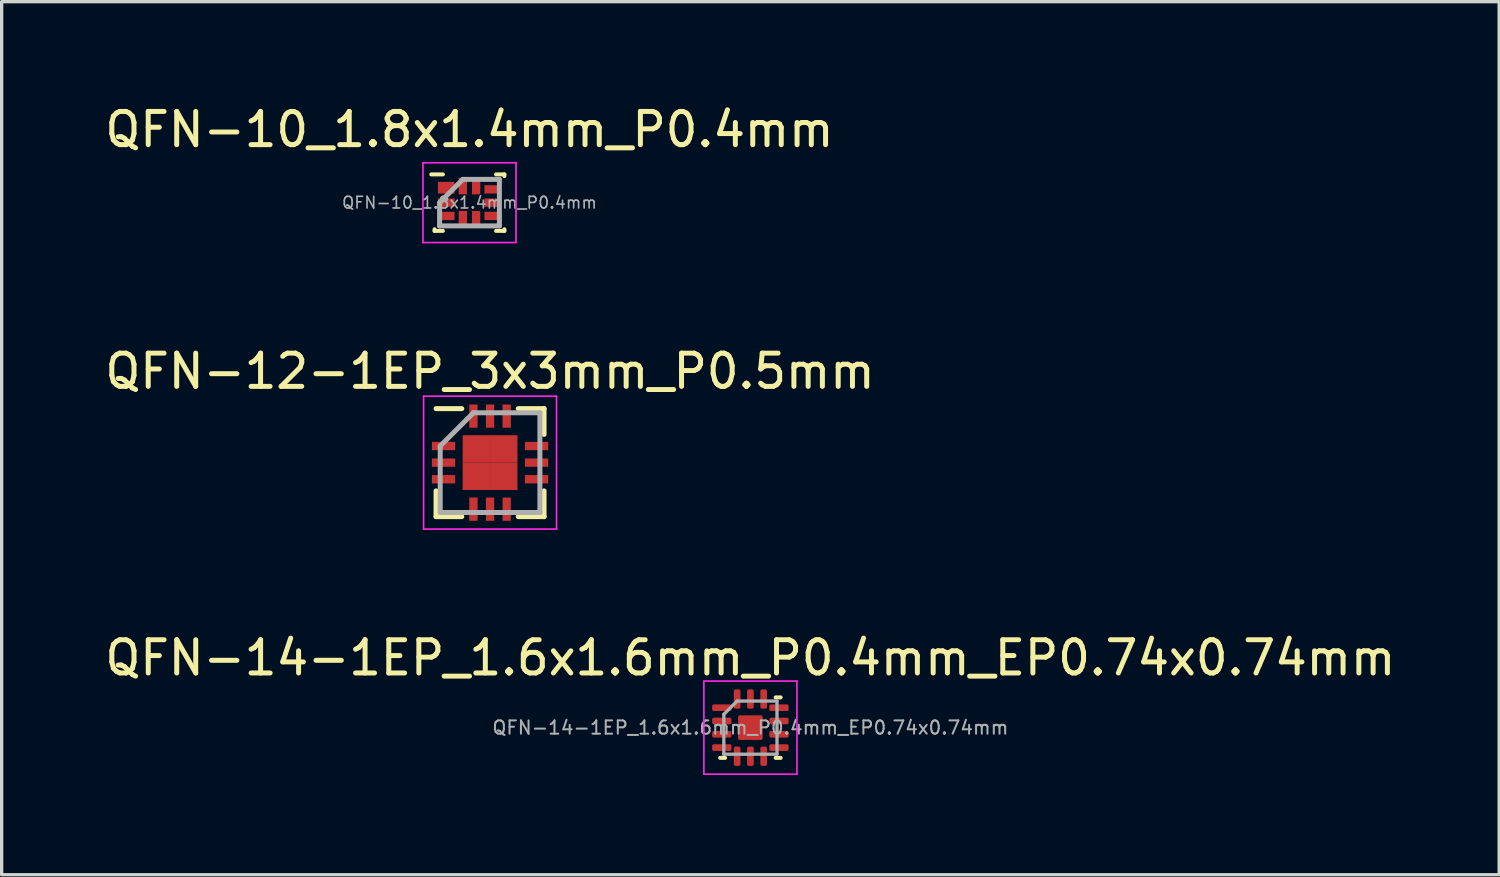
<source format=kicad_pcb>
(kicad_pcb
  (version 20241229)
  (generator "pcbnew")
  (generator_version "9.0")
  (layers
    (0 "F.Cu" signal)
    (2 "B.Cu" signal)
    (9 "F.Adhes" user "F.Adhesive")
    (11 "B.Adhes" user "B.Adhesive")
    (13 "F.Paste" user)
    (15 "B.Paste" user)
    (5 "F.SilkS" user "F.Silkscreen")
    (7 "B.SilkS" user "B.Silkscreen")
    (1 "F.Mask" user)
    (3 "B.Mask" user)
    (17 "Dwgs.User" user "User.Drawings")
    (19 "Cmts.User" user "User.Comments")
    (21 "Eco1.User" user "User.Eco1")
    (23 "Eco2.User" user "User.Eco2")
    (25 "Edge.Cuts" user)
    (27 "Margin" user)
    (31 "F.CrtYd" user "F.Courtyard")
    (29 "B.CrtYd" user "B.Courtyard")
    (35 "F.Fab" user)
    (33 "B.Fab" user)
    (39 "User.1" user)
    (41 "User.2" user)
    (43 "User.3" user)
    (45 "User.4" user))
  (footprint "QFN-10_1.8x1.4mm_P0.4mm"
    (layer "F.Cu")
    (at 11.077 3.048)
    (property "Reference" "QFN-10_1.8x1.4mm_P0.4mm" (at 0 -2.2 0) (layer "F.SilkS") (effects (font (size 1 1) (thickness 0.15))))
    (attr smd)
    (fp_line (start -1.05 0.85) (end -1.05 0.8) (stroke (width 0.12) (type solid)) (layer "F.SilkS"))
    (fp_line (start -0.8 -0.85) (end -1.15 -0.85) (stroke (width 0.12) (type solid)) (layer "F.SilkS"))
    (fp_line (start -0.8 0.85) (end -1.05 0.85) (stroke (width 0.12) (type solid)) (layer "F.SilkS"))
    (fp_line (start 0.8 -0.85) (end 1.05 -0.85) (stroke (width 0.12) (type solid)) (layer "F.SilkS"))
    (fp_line (start 0.8 0.85) (end 1.05 0.85) (stroke (width 0.12) (type solid)) (layer "F.SilkS"))
    (fp_line (start 1.05 -0.85) (end 1.05 -0.8) (stroke (width 0.12) (type solid)) (layer "F.SilkS"))
    (fp_line (start 1.05 0.85) (end 1.05 0.8) (stroke (width 0.12) (type solid)) (layer "F.SilkS"))
    (fp_line (start -1.4 -1.2) (end 1.4 -1.2) (stroke (width 0.05) (type solid)) (layer "F.CrtYd"))
    (fp_line (start -1.4 1.2) (end -1.4 -1.2) (stroke (width 0.05) (type solid)) (layer "F.CrtYd"))
    (fp_line (start 1.4 -1.2) (end 1.4 1.2) (stroke (width 0.05) (type solid)) (layer "F.CrtYd"))
    (fp_line (start 1.4 1.2) (end -1.4 1.2) (stroke (width 0.05) (type solid)) (layer "F.CrtYd"))
    (fp_line (start -0.9 0) (end -0.9 0.7) (stroke (width 0.15) (type solid)) (layer "F.Fab"))
    (fp_line (start -0.9 0.7) (end 0.9 0.7) (stroke (width 0.15) (type solid)) (layer "F.Fab"))
    (fp_line (start -0.2 -0.7) (end -0.9 0) (stroke (width 0.15) (type solid)) (layer "F.Fab"))
    (fp_line (start 0.9 -0.7) (end -0.2 -0.7) (stroke (width 0.15) (type solid)) (layer "F.Fab"))
    (fp_line (start 0.9 0.7) (end 0.9 -0.7) (stroke (width 0.15) (type solid)) (layer "F.Fab"))
    (fp_text user "${REFERENCE}" (at 0 0 0) (layer "F.Fab") (effects (font (size 0.35 0.35) (thickness 0.05))))
    (pad "1" smd rect (at -0.7 -0.45 90) (size 0.35 0.5) (layers "F.Cu" "F.Mask" "F.Paste"))
    (pad "2" smd rect (at -0.7 0 90) (size 0.25 0.5) (layers "F.Cu" "F.Mask" "F.Paste"))
    (pad "3" smd rect (at -0.7 0.4 90) (size 0.25 0.5) (layers "F.Cu" "F.Mask" "F.Paste"))
    (pad "4" smd rect (at -0.2 0.5) (size 0.25 0.5) (layers "F.Cu" "F.Mask" "F.Paste"))
    (pad "5" smd rect (at 0.2 0.5) (size 0.25 0.5) (layers "F.Cu" "F.Mask" "F.Paste"))
    (pad "6" smd rect (at 0.7 0.4 90) (size 0.25 0.5) (layers "F.Cu" "F.Mask" "F.Paste"))
    (pad "7" smd rect (at 0.7 0 90) (size 0.25 0.5) (layers "F.Cu" "F.Mask" "F.Paste"))
    (pad "8" smd rect (at 0.7 -0.4 90) (size 0.25 0.5) (layers "F.Cu" "F.Mask" "F.Paste"))
    (pad "9" smd rect (at 0.2 -0.5) (size 0.25 0.5) (layers "F.Cu" "F.Mask" "F.Paste"))
    (pad "10" smd rect (at -0.2 -0.5) (size 0.25 0.5) (layers "F.Cu" "F.Mask" "F.Paste")))
  (footprint "QFN-14-1EP_1.6x1.6mm_P0.4mm_EP0.74x0.74mm"
    (layer "F.Cu")
    (at 19.53 18.845)
    (property "Reference" "QFN-14-1EP_1.6x1.6mm_P0.4mm_EP0.74x0.74mm" (at 0 -2.1 0) (layer "F.SilkS") (effects (font (size 1 1) (thickness 0.15))))
    (attr smd)
    (fp_line (start -0.76 0.91) (end -0.91 0.91) (stroke (width 0.12) (type solid)) (layer "F.SilkS"))
    (fp_line (start 0.76 -0.91) (end 0.91 -0.91) (stroke (width 0.12) (type solid)) (layer "F.SilkS"))
    (fp_line (start 0.76 0.91) (end 0.91 0.91) (stroke (width 0.12) (type solid)) (layer "F.SilkS"))
    (fp_line (start -1.4 -1.4) (end -1.4 1.4) (stroke (width 0.05) (type solid)) (layer "F.CrtYd"))
    (fp_line (start -1.4 1.4) (end 1.4 1.4) (stroke (width 0.05) (type solid)) (layer "F.CrtYd"))
    (fp_line (start 1.4 -1.4) (end -1.4 -1.4) (stroke (width 0.05) (type solid)) (layer "F.CrtYd"))
    (fp_line (start 1.4 1.4) (end 1.4 -1.4) (stroke (width 0.05) (type solid)) (layer "F.CrtYd"))
    (fp_line (start -0.8 -0.4) (end -0.4 -0.8) (stroke (width 0.1) (type solid)) (layer "F.Fab"))
    (fp_line (start -0.8 0.8) (end -0.8 -0.4) (stroke (width 0.1) (type solid)) (layer "F.Fab"))
    (fp_line (start -0.4 -0.8) (end 0.8 -0.8) (stroke (width 0.1) (type solid)) (layer "F.Fab"))
    (fp_line (start 0.8 -0.8) (end 0.8 0.8) (stroke (width 0.1) (type solid)) (layer "F.Fab"))
    (fp_line (start 0.8 0.8) (end -0.8 0.8) (stroke (width 0.1) (type solid)) (layer "F.Fab"))
    (fp_text user "${REFERENCE}" (at 0 0 0) (layer "F.Fab") (effects (font (size 0.4 0.4) (thickness 0.06))))
    (pad "" smd roundrect (at -0.185 -0.185) (size 0.3 0.3) (layers "F.Paste") (roundrect_rratio 0.25))
    (pad "" smd roundrect (at -0.185 0.185) (size 0.3 0.3) (layers "F.Paste") (roundrect_rratio 0.25))
    (pad "" smd roundrect (at 0.185 -0.185) (size 0.3 0.3) (layers "F.Paste") (roundrect_rratio 0.25))
    (pad "" smd roundrect (at 0.185 0.185) (size 0.3 0.3) (layers "F.Paste") (roundrect_rratio 0.25))
    (pad "1" smd roundrect (at -0.86 -0.6) (size 0.58 0.2) (layers "F.Cu" "F.Mask" "F.Paste") (roundrect_rratio 0.25))
    (pad "2" smd roundrect (at -0.86 -0.2) (size 0.58 0.2) (layers "F.Cu" "F.Mask" "F.Paste") (roundrect_rratio 0.25))
    (pad "3" smd roundrect (at -0.86 0.2) (size 0.58 0.2) (layers "F.Cu" "F.Mask" "F.Paste") (roundrect_rratio 0.25))
    (pad "4" smd roundrect (at -0.86 0.6) (size 0.58 0.2) (layers "F.Cu" "F.Mask" "F.Paste") (roundrect_rratio 0.25))
    (pad "5" smd roundrect (at -0.4 0.86) (size 0.2 0.58) (layers "F.Cu" "F.Mask" "F.Paste") (roundrect_rratio 0.25))
    (pad "6" smd roundrect (at 0 0.86) (size 0.2 0.58) (layers "F.Cu" "F.Mask" "F.Paste") (roundrect_rratio 0.25))
    (pad "7" smd roundrect (at 0.4 0.86) (size 0.2 0.58) (layers "F.Cu" "F.Mask" "F.Paste") (roundrect_rratio 0.25))
    (pad "8" smd roundrect (at 0.86 0.6) (size 0.58 0.2) (layers "F.Cu" "F.Mask" "F.Paste") (roundrect_rratio 0.25))
    (pad "9" smd roundrect (at 0.86 0.2) (size 0.58 0.2) (layers "F.Cu" "F.Mask" "F.Paste") (roundrect_rratio 0.25))
    (pad "10" smd roundrect (at 0.86 -0.2) (size 0.58 0.2) (layers "F.Cu" "F.Mask" "F.Paste") (roundrect_rratio 0.25))
    (pad "11" smd roundrect (at 0.86 -0.6) (size 0.58 0.2) (layers "F.Cu" "F.Mask" "F.Paste") (roundrect_rratio 0.25))
    (pad "12" smd roundrect (at 0.4 -0.86) (size 0.2 0.58) (layers "F.Cu" "F.Mask" "F.Paste") (roundrect_rratio 0.25))
    (pad "13" smd roundrect (at 0 -0.86) (size 0.2 0.58) (layers "F.Cu" "F.Mask" "F.Paste") (roundrect_rratio 0.25))
    (pad "14" smd roundrect (at -0.4 -0.86) (size 0.2 0.58) (layers "F.Cu" "F.Mask" "F.Paste") (roundrect_rratio 0.25))
    (pad "15" smd roundrect (at 0 0) (size 0.74 0.74) (layers "F.Cu" "F.Mask") (roundrect_rratio 0.068)))
  (footprint "QFN-12-1EP_3x3mm_P0.5mm"
    (layer "F.Cu")
    (at 11.696 10.871)
    (property "Reference" "QFN-12-1EP_3x3mm_P0.5mm" (at 0 -2.75 0) (layer "F.SilkS") (effects (font (size 1 1) (thickness 0.15))))
    (attr smd)
    (fp_line (start -1.625 -1.625) (end -0.85 -1.625) (stroke (width 0.15) (type solid)) (layer "F.SilkS"))
    (fp_line (start -1.625 1.625) (end -1.625 0.85) (stroke (width 0.15) (type solid)) (layer "F.SilkS"))
    (fp_line (start -1.625 1.625) (end -0.85 1.625) (stroke (width 0.15) (type solid)) (layer "F.SilkS"))
    (fp_line (start 1.625 -1.625) (end 0.85 -1.625) (stroke (width 0.15) (type solid)) (layer "F.SilkS"))
    (fp_line (start 1.625 -1.625) (end 1.625 -0.85) (stroke (width 0.15) (type solid)) (layer "F.SilkS"))
    (fp_line (start 1.625 1.625) (end 0.85 1.625) (stroke (width 0.15) (type solid)) (layer "F.SilkS"))
    (fp_line (start 1.625 1.625) (end 1.625 0.85) (stroke (width 0.15) (type solid)) (layer "F.SilkS"))
    (fp_line (start -2 -2) (end -2 2) (stroke (width 0.05) (type solid)) (layer "F.CrtYd"))
    (fp_line (start -2 -2) (end 2 -2) (stroke (width 0.05) (type solid)) (layer "F.CrtYd"))
    (fp_line (start -2 2) (end 2 2) (stroke (width 0.05) (type solid)) (layer "F.CrtYd"))
    (fp_line (start 2 -2) (end 2 2) (stroke (width 0.05) (type solid)) (layer "F.CrtYd"))
    (fp_line (start -1.5 -0.5) (end -0.5 -1.5) (stroke (width 0.15) (type solid)) (layer "F.Fab"))
    (fp_line (start -1.5 1.5) (end -1.5 -0.5) (stroke (width 0.15) (type solid)) (layer "F.Fab"))
    (fp_line (start -0.5 -1.5) (end 1.5 -1.5) (stroke (width 0.15) (type solid)) (layer "F.Fab"))
    (fp_line (start 1.5 -1.5) (end 1.5 1.5) (stroke (width 0.15) (type solid)) (layer "F.Fab"))
    (fp_line (start 1.5 1.5) (end -1.5 1.5) (stroke (width 0.15) (type solid)) (layer "F.Fab"))
    (pad "1" smd rect (at -1.4 -0.5) (size 0.7 0.25) (layers "F.Cu" "F.Mask" "F.Paste"))
    (pad "2" smd rect (at -1.4 0) (size 0.7 0.25) (layers "F.Cu" "F.Mask" "F.Paste"))
    (pad "3" smd rect (at -1.4 0.5) (size 0.7 0.25) (layers "F.Cu" "F.Mask" "F.Paste"))
    (pad "4" smd rect (at -0.5 1.4 90) (size 0.7 0.25) (layers "F.Cu" "F.Mask" "F.Paste"))
    (pad "5" smd rect (at 0 1.4 90) (size 0.7 0.25) (layers "F.Cu" "F.Mask" "F.Paste"))
    (pad "6" smd rect (at 0.5 1.4 90) (size 0.7 0.25) (layers "F.Cu" "F.Mask" "F.Paste"))
    (pad "7" smd rect (at 1.4 0.5) (size 0.7 0.25) (layers "F.Cu" "F.Mask" "F.Paste"))
    (pad "8" smd rect (at 1.4 0) (size 0.7 0.25) (layers "F.Cu" "F.Mask" "F.Paste"))
    (pad "9" smd rect (at 1.4 -0.5) (size 0.7 0.25) (layers "F.Cu" "F.Mask" "F.Paste"))
    (pad "10" smd rect (at 0.5 -1.4 90) (size 0.7 0.25) (layers "F.Cu" "F.Mask" "F.Paste"))
    (pad "11" smd rect (at 0 -1.4 90) (size 0.7 0.25) (layers "F.Cu" "F.Mask" "F.Paste"))
    (pad "12" smd rect (at -0.5 -1.4 90) (size 0.7 0.25) (layers "F.Cu" "F.Mask" "F.Paste"))
    (pad "13" smd rect (at -0.412 -0.412) (size 0.825 0.825) (layers "F.Cu" "F.Mask" "F.Paste"))
    (pad "13" smd rect (at -0.412 0.412) (size 0.825 0.825) (layers "F.Cu" "F.Mask" "F.Paste"))
    (pad "13" smd rect (at 0.412 -0.412) (size 0.825 0.825) (layers "F.Cu" "F.Mask" "F.Paste"))
    (pad "13" smd rect (at 0.412 0.412) (size 0.825 0.825) (layers "F.Cu" "F.Mask" "F.Paste")))
  (gr_rect
    (start -3 -3)
    (end 42.06 23.27)
    (stroke (width 0.1) (type default))
    (fill no)
    (layer "Edge.Cuts")))
</source>
